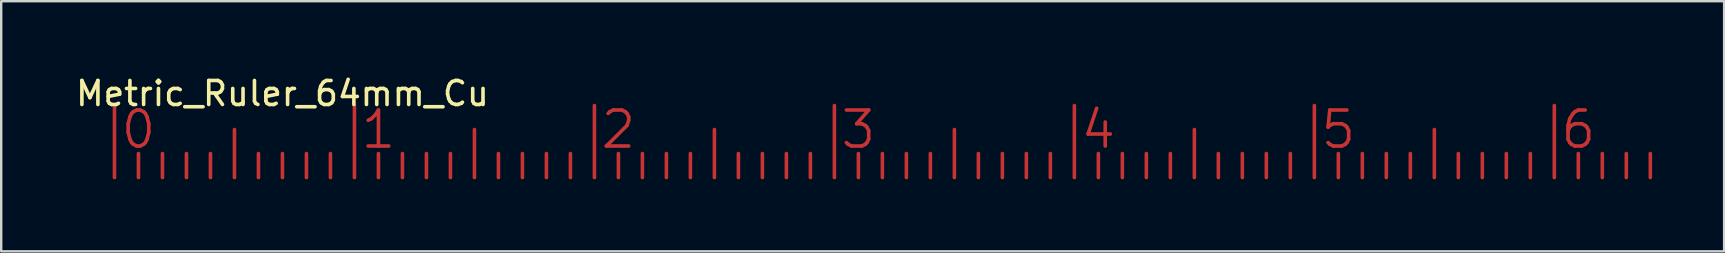
<source format=kicad_pcb>
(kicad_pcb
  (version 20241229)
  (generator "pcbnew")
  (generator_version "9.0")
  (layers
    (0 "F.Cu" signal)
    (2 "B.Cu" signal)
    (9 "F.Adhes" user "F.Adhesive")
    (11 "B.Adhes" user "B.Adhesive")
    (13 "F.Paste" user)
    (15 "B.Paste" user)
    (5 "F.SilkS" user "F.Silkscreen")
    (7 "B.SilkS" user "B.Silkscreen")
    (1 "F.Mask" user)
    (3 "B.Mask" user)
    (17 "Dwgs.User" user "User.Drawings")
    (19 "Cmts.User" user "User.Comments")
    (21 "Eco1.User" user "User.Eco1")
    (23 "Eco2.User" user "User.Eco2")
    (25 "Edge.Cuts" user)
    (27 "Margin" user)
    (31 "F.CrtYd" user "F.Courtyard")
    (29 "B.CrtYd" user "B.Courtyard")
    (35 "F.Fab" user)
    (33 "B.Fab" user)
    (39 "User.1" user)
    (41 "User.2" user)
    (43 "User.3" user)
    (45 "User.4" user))
  (footprint "Metric_Ruler_64mm_Cu"
    (layer "F.Cu")
    (at 8.72 0.348)
    (property "Reference" "Metric_Ruler_64mm_Cu" (at 0 0.5 0) (layer "F.SilkS") (effects (font (size 1 1) (thickness 0.15))))
    (attr through_hole)
    (fp_line (start -7 4) (end -7 1) (stroke (width 0.15) (type solid)) (layer "F.Cu"))
    (fp_line (start -6 4) (end -6 3) (stroke (width 0.15) (type solid)) (layer "F.Cu"))
    (fp_line (start -5 4) (end -5 3) (stroke (width 0.15) (type solid)) (layer "F.Cu"))
    (fp_line (start -4 4) (end -4 3) (stroke (width 0.15) (type solid)) (layer "F.Cu"))
    (fp_line (start -3 4) (end -3 3) (stroke (width 0.15) (type solid)) (layer "F.Cu"))
    (fp_line (start -2 4) (end -2 2) (stroke (width 0.15) (type solid)) (layer "F.Cu"))
    (fp_line (start -1 4) (end -1 3) (stroke (width 0.15) (type solid)) (layer "F.Cu"))
    (fp_line (start 0 4) (end 0 3) (stroke (width 0.15) (type solid)) (layer "F.Cu"))
    (fp_line (start 1 4) (end 1 3) (stroke (width 0.15) (type solid)) (layer "F.Cu"))
    (fp_line (start 2 4) (end 2 3) (stroke (width 0.15) (type solid)) (layer "F.Cu"))
    (fp_line (start 3 4) (end 3 1) (stroke (width 0.15) (type solid)) (layer "F.Cu"))
    (fp_line (start 4 4) (end 4 3) (stroke (width 0.15) (type solid)) (layer "F.Cu"))
    (fp_line (start 5 4) (end 5 3) (stroke (width 0.15) (type solid)) (layer "F.Cu"))
    (fp_line (start 6 4) (end 6 3) (stroke (width 0.15) (type solid)) (layer "F.Cu"))
    (fp_line (start 7 4) (end 7 3) (stroke (width 0.15) (type solid)) (layer "F.Cu"))
    (fp_line (start 8 4) (end 8 2) (stroke (width 0.15) (type solid)) (layer "F.Cu"))
    (fp_line (start 9 4) (end 9 3) (stroke (width 0.15) (type solid)) (layer "F.Cu"))
    (fp_line (start 10 4) (end 10 3) (stroke (width 0.15) (type solid)) (layer "F.Cu"))
    (fp_line (start 11 4) (end 11 3) (stroke (width 0.15) (type solid)) (layer "F.Cu"))
    (fp_line (start 12 4) (end 12 3) (stroke (width 0.15) (type solid)) (layer "F.Cu"))
    (fp_line (start 13 4) (end 13 1) (stroke (width 0.15) (type solid)) (layer "F.Cu"))
    (fp_line (start 14 4) (end 14 3) (stroke (width 0.15) (type solid)) (layer "F.Cu"))
    (fp_line (start 15 4) (end 15 3) (stroke (width 0.15) (type solid)) (layer "F.Cu"))
    (fp_line (start 16 4) (end 16 3) (stroke (width 0.15) (type solid)) (layer "F.Cu"))
    (fp_line (start 17 4) (end 17 3) (stroke (width 0.15) (type solid)) (layer "F.Cu"))
    (fp_line (start 18 4) (end 18 2) (stroke (width 0.15) (type solid)) (layer "F.Cu"))
    (fp_line (start 19 4) (end 19 3) (stroke (width 0.15) (type solid)) (layer "F.Cu"))
    (fp_line (start 20 4) (end 20 3) (stroke (width 0.15) (type solid)) (layer "F.Cu"))
    (fp_line (start 21 4) (end 21 3) (stroke (width 0.15) (type solid)) (layer "F.Cu"))
    (fp_line (start 22 4) (end 22 3) (stroke (width 0.15) (type solid)) (layer "F.Cu"))
    (fp_line (start 23 4) (end 23 1) (stroke (width 0.15) (type solid)) (layer "F.Cu"))
    (fp_line (start 24 4) (end 24 3) (stroke (width 0.15) (type solid)) (layer "F.Cu"))
    (fp_line (start 25 4) (end 25 3) (stroke (width 0.15) (type solid)) (layer "F.Cu"))
    (fp_line (start 26 4) (end 26 3) (stroke (width 0.15) (type solid)) (layer "F.Cu"))
    (fp_line (start 27 4) (end 27 3) (stroke (width 0.15) (type solid)) (layer "F.Cu"))
    (fp_line (start 28 4) (end 28 2) (stroke (width 0.15) (type solid)) (layer "F.Cu"))
    (fp_line (start 29 4) (end 29 3) (stroke (width 0.15) (type solid)) (layer "F.Cu"))
    (fp_line (start 30 4) (end 30 3) (stroke (width 0.15) (type solid)) (layer "F.Cu"))
    (fp_line (start 31 4) (end 31 3) (stroke (width 0.15) (type solid)) (layer "F.Cu"))
    (fp_line (start 32 4) (end 32 3) (stroke (width 0.15) (type solid)) (layer "F.Cu"))
    (fp_line (start 33 4) (end 33 1) (stroke (width 0.15) (type solid)) (layer "F.Cu"))
    (fp_line (start 34 4) (end 34 3) (stroke (width 0.15) (type solid)) (layer "F.Cu"))
    (fp_line (start 35 4) (end 35 3) (stroke (width 0.15) (type solid)) (layer "F.Cu"))
    (fp_line (start 36 4) (end 36 3) (stroke (width 0.15) (type solid)) (layer "F.Cu"))
    (fp_line (start 37 4) (end 37 3) (stroke (width 0.15) (type solid)) (layer "F.Cu"))
    (fp_line (start 38 4) (end 38 2) (stroke (width 0.15) (type solid)) (layer "F.Cu"))
    (fp_line (start 39 4) (end 39 3) (stroke (width 0.15) (type solid)) (layer "F.Cu"))
    (fp_line (start 40 4) (end 40 3) (stroke (width 0.15) (type solid)) (layer "F.Cu"))
    (fp_line (start 41 4) (end 41 3) (stroke (width 0.15) (type solid)) (layer "F.Cu"))
    (fp_line (start 42 4) (end 42 3) (stroke (width 0.15) (type solid)) (layer "F.Cu"))
    (fp_line (start 43 4) (end 43 1) (stroke (width 0.15) (type solid)) (layer "F.Cu"))
    (fp_line (start 44 4) (end 44 3) (stroke (width 0.15) (type solid)) (layer "F.Cu"))
    (fp_line (start 45 4) (end 45 3) (stroke (width 0.15) (type solid)) (layer "F.Cu"))
    (fp_line (start 46 4) (end 46 3) (stroke (width 0.15) (type solid)) (layer "F.Cu"))
    (fp_line (start 47 4) (end 47 3) (stroke (width 0.15) (type solid)) (layer "F.Cu"))
    (fp_line (start 48 4) (end 48 2) (stroke (width 0.15) (type solid)) (layer "F.Cu"))
    (fp_line (start 49 4) (end 49 3) (stroke (width 0.15) (type solid)) (layer "F.Cu"))
    (fp_line (start 50 4) (end 50 3) (stroke (width 0.15) (type solid)) (layer "F.Cu"))
    (fp_line (start 51 4) (end 51 3) (stroke (width 0.15) (type solid)) (layer "F.Cu"))
    (fp_line (start 52 4) (end 52 3) (stroke (width 0.15) (type solid)) (layer "F.Cu"))
    (fp_line (start 53 4) (end 53 1) (stroke (width 0.15) (type solid)) (layer "F.Cu"))
    (fp_line (start 54 4) (end 54 3) (stroke (width 0.15) (type solid)) (layer "F.Cu"))
    (fp_line (start 55 4) (end 55 3) (stroke (width 0.15) (type solid)) (layer "F.Cu"))
    (fp_line (start 56 4) (end 56 3) (stroke (width 0.15) (type solid)) (layer "F.Cu"))
    (fp_line (start 57 4) (end 57 3) (stroke (width 0.15) (type solid)) (layer "F.Cu"))
    (fp_line (start -7 1) (end -7 1) (stroke (width 0.15) (type solid)) (layer "F.Mask"))
    (fp_line (start -7 4) (end -7 1) (stroke (width 0.15) (type solid)) (layer "F.Mask"))
    (fp_line (start -6 4) (end -6 3) (stroke (width 0.15) (type solid)) (layer "F.Mask"))
    (fp_line (start -5 4) (end -5 3) (stroke (width 0.15) (type solid)) (layer "F.Mask"))
    (fp_line (start -4 4) (end -4 3) (stroke (width 0.15) (type solid)) (layer "F.Mask"))
    (fp_line (start -3 4) (end -3 3) (stroke (width 0.15) (type solid)) (layer "F.Mask"))
    (fp_line (start -2 4) (end -2 2) (stroke (width 0.15) (type solid)) (layer "F.Mask"))
    (fp_line (start -1 4) (end -1 3) (stroke (width 0.15) (type solid)) (layer "F.Mask"))
    (fp_line (start 0 4) (end 0 3) (stroke (width 0.15) (type solid)) (layer "F.Mask"))
    (fp_line (start 1 4) (end 1 3) (stroke (width 0.15) (type solid)) (layer "F.Mask"))
    (fp_line (start 2 4) (end 2 3) (stroke (width 0.15) (type solid)) (layer "F.Mask"))
    (fp_line (start 3 4) (end 3 1) (stroke (width 0.15) (type solid)) (layer "F.Mask"))
    (fp_line (start 4 4) (end 4 3) (stroke (width 0.15) (type solid)) (layer "F.Mask"))
    (fp_line (start 5 4) (end 5 3) (stroke (width 0.15) (type solid)) (layer "F.Mask"))
    (fp_line (start 6 4) (end 6 3) (stroke (width 0.15) (type solid)) (layer "F.Mask"))
    (fp_line (start 7 4) (end 7 3) (stroke (width 0.15) (type solid)) (layer "F.Mask"))
    (fp_line (start 8 4) (end 8 2) (stroke (width 0.15) (type solid)) (layer "F.Mask"))
    (fp_line (start 9 4) (end 9 3) (stroke (width 0.15) (type solid)) (layer "F.Mask"))
    (fp_line (start 10 4) (end 10 3) (stroke (width 0.15) (type solid)) (layer "F.Mask"))
    (fp_line (start 11 4) (end 11 3) (stroke (width 0.15) (type solid)) (layer "F.Mask"))
    (fp_line (start 12 4) (end 12 3) (stroke (width 0.15) (type solid)) (layer "F.Mask"))
    (fp_line (start 13 4) (end 13 1) (stroke (width 0.15) (type solid)) (layer "F.Mask"))
    (fp_line (start 14 4) (end 14 3) (stroke (width 0.15) (type solid)) (layer "F.Mask"))
    (fp_line (start 15 4) (end 15 3) (stroke (width 0.15) (type solid)) (layer "F.Mask"))
    (fp_line (start 16 4) (end 16 3) (stroke (width 0.15) (type solid)) (layer "F.Mask"))
    (fp_line (start 17 4) (end 17 3) (stroke (width 0.15) (type solid)) (layer "F.Mask"))
    (fp_line (start 18 4) (end 18 2) (stroke (width 0.15) (type solid)) (layer "F.Mask"))
    (fp_line (start 19 4) (end 19 3) (stroke (width 0.15) (type solid)) (layer "F.Mask"))
    (fp_line (start 20 4) (end 20 3) (stroke (width 0.15) (type solid)) (layer "F.Mask"))
    (fp_line (start 21 4) (end 21 3) (stroke (width 0.15) (type solid)) (layer "F.Mask"))
    (fp_line (start 22 4) (end 22 3) (stroke (width 0.15) (type solid)) (layer "F.Mask"))
    (fp_line (start 23 4) (end 23 1) (stroke (width 0.15) (type solid)) (layer "F.Mask"))
    (fp_line (start 24 4) (end 24 3) (stroke (width 0.15) (type solid)) (layer "F.Mask"))
    (fp_line (start 25 4) (end 25 3) (stroke (width 0.15) (type solid)) (layer "F.Mask"))
    (fp_line (start 26 4) (end 26 3) (stroke (width 0.15) (type solid)) (layer "F.Mask"))
    (fp_line (start 27 4) (end 27 3) (stroke (width 0.15) (type solid)) (layer "F.Mask"))
    (fp_line (start 28 4) (end 28 2) (stroke (width 0.15) (type solid)) (layer "F.Mask"))
    (fp_line (start 29 4) (end 29 3) (stroke (width 0.15) (type solid)) (layer "F.Mask"))
    (fp_line (start 30 4) (end 30 3) (stroke (width 0.15) (type solid)) (layer "F.Mask"))
    (fp_line (start 31 4) (end 31 3) (stroke (width 0.15) (type solid)) (layer "F.Mask"))
    (fp_line (start 32 4) (end 32 3) (stroke (width 0.15) (type solid)) (layer "F.Mask"))
    (fp_line (start 33 4) (end 33 1) (stroke (width 0.15) (type solid)) (layer "F.Mask"))
    (fp_line (start 34 4) (end 34 3) (stroke (width 0.15) (type solid)) (layer "F.Mask"))
    (fp_line (start 35 4) (end 35 3) (stroke (width 0.15) (type solid)) (layer "F.Mask"))
    (fp_line (start 36 4) (end 36 3) (stroke (width 0.15) (type solid)) (layer "F.Mask"))
    (fp_line (start 37 4) (end 37 3) (stroke (width 0.15) (type solid)) (layer "F.Mask"))
    (fp_line (start 38 4) (end 38 2) (stroke (width 0.15) (type solid)) (layer "F.Mask"))
    (fp_line (start 39 4) (end 39 3) (stroke (width 0.15) (type solid)) (layer "F.Mask"))
    (fp_line (start 40 4) (end 40 3) (stroke (width 0.15) (type solid)) (layer "F.Mask"))
    (fp_line (start 41 4) (end 41 3) (stroke (width 0.15) (type solid)) (layer "F.Mask"))
    (fp_line (start 42 4) (end 42 3) (stroke (width 0.15) (type solid)) (layer "F.Mask"))
    (fp_line (start 43 4) (end 43 1) (stroke (width 0.15) (type solid)) (layer "F.Mask"))
    (fp_line (start 44 4) (end 44 3) (stroke (width 0.15) (type solid)) (layer "F.Mask"))
    (fp_line (start 45 4) (end 45 3) (stroke (width 0.15) (type solid)) (layer "F.Mask"))
    (fp_line (start 46 4) (end 46 3) (stroke (width 0.15) (type solid)) (layer "F.Mask"))
    (fp_line (start 47 4) (end 47 3) (stroke (width 0.15) (type solid)) (layer "F.Mask"))
    (fp_line (start 48 4) (end 48 2) (stroke (width 0.15) (type solid)) (layer "F.Mask"))
    (fp_line (start 49 4) (end 49 3) (stroke (width 0.15) (type solid)) (layer "F.Mask"))
    (fp_line (start 50 4) (end 50 3) (stroke (width 0.15) (type solid)) (layer "F.Mask"))
    (fp_line (start 51 4) (end 51 3) (stroke (width 0.15) (type solid)) (layer "F.Mask"))
    (fp_line (start 52 4) (end 52 3) (stroke (width 0.15) (type solid)) (layer "F.Mask"))
    (fp_line (start 53 4) (end 53 1) (stroke (width 0.15) (type solid)) (layer "F.Mask"))
    (fp_line (start 54 4) (end 54 3) (stroke (width 0.15) (type solid)) (layer "F.Mask"))
    (fp_line (start 55 4) (end 55 3) (stroke (width 0.15) (type solid)) (layer "F.Mask"))
    (fp_line (start 56 4) (end 56 3) (stroke (width 0.15) (type solid)) (layer "F.Mask"))
    (fp_line (start 57 4) (end 57 3) (stroke (width 0.15) (type solid)) (layer "F.Mask"))
    (fp_text user "2" (at 14 2 0) (layer "F.Cu") (effects (font (size 1.5 1.5) (thickness 0.15))))
    (fp_text user "1" (at 4 2 0) (layer "F.Cu") (effects (font (size 1.5 1.5) (thickness 0.15))))
    (fp_text user "4" (at 34 2 0) (layer "F.Cu") (effects (font (size 1.5 1.5) (thickness 0.15))))
    (fp_text user "5" (at 44 2 0) (layer "F.Cu") (effects (font (size 1.5 1.5) (thickness 0.15))))
    (fp_text user "0" (at -6 2 0) (layer "F.Cu") (effects (font (size 1.5 1.5) (thickness 0.15))))
    (fp_text user "3" (at 24 2 0) (layer "F.Cu") (effects (font (size 1.5 1.5) (thickness 0.15))))
    (fp_text user "6" (at 54 2 0) (layer "F.Cu") (effects (font (size 1.5 1.5) (thickness 0.15)))))
  (gr_rect
    (start -3 -3)
    (end 68.795 7.423)
    (stroke (width 0.1) (type default))
    (fill no)
    (layer "Edge.Cuts")))
</source>
